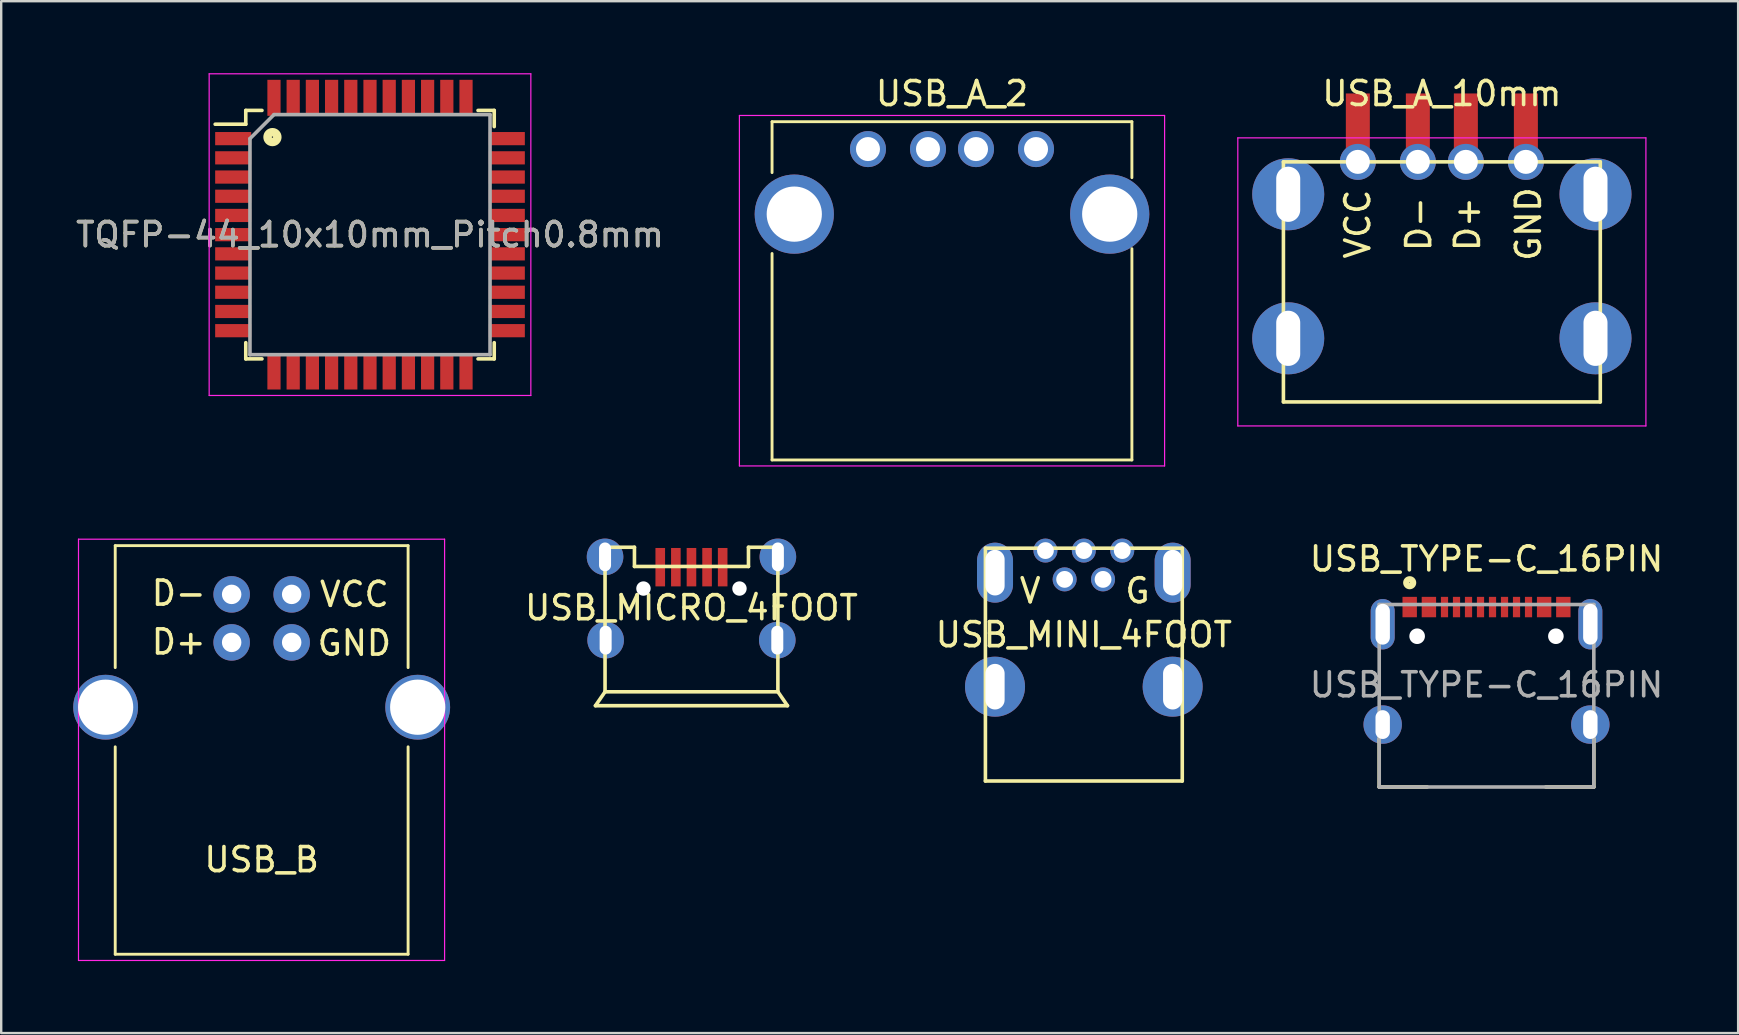
<source format=kicad_pcb>
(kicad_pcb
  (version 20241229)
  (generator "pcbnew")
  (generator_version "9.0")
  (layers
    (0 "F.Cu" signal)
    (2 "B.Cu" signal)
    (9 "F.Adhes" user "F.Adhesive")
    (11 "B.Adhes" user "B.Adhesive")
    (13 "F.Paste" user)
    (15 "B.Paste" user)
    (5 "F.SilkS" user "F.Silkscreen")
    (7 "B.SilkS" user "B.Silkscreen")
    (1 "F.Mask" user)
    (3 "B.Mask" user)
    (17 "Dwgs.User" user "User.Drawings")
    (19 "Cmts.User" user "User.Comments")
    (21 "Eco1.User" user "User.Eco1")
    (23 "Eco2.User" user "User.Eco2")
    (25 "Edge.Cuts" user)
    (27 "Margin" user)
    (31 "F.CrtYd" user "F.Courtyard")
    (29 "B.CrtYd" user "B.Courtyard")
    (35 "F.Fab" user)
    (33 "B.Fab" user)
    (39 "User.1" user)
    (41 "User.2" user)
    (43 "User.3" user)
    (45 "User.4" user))
  (footprint "USB_A_2"
    (layer "F.Cu")
    (at 36.607 3.16)
    (property "Reference" "USB_A_2" (at 0 -2.311 0) (layer "F.SilkS") (effects (font (size 1 1) (thickness 0.15))))
    (attr through_hole)
    (fp_line (start -7.496 -1.14) (end -7.496 0.98) (stroke (width 0.12) (type solid)) (layer "F.SilkS"))
    (fp_line (start -7.496 4.35) (end -7.496 12.95) (stroke (width 0.12) (type solid)) (layer "F.SilkS"))
    (fp_line (start 7.494 -1.14) (end -7.496 -1.14) (stroke (width 0.12) (type solid)) (layer "F.SilkS"))
    (fp_line (start 7.494 -1.14) (end 7.494 1.19) (stroke (width 0.12) (type solid)) (layer "F.SilkS"))
    (fp_line (start 7.494 4.15) (end 7.494 12.95) (stroke (width 0.12) (type solid)) (layer "F.SilkS"))
    (fp_line (start 7.494 12.95) (end -7.496 12.95) (stroke (width 0.12) (type solid)) (layer "F.SilkS"))
    (fp_line (start -8.856 -1.4) (end 8.856 -1.4) (stroke (width 0.05) (type solid)) (layer "F.CrtYd"))
    (fp_line (start -8.856 13.2) (end -8.856 -1.4) (stroke (width 0.05) (type solid)) (layer "F.CrtYd"))
    (fp_line (start -8.856 13.2) (end 8.856 13.2) (stroke (width 0.05) (type solid)) (layer "F.CrtYd"))
    (fp_line (start 8.856 -1.4) (end 8.856 13.2) (stroke (width 0.05) (type solid)) (layer "F.CrtYd"))
    (pad "1" thru_hole circle (at -3.5 0 270) (size 1.5 1.5) (drill 1) (layers "*.Cu" "*.Mask"))
    (pad "2" thru_hole circle (at -1 0 270) (size 1.5 1.5) (drill 1) (layers "*.Cu" "*.Mask"))
    (pad "3" thru_hole circle (at 1 0 270) (size 1.5 1.5) (drill 1) (layers "*.Cu" "*.Mask"))
    (pad "4" thru_hole circle (at 3.5 0 270) (size 1.5 1.5) (drill 1) (layers "*.Cu" "*.Mask"))
    (pad "5" thru_hole circle (at -6.57 2.71 270) (size 3.3 3.3) (drill 2.3) (layers "*.Cu" "*.Mask"))
    (pad "5" thru_hole circle (at 6.57 2.71 270) (size 3.3 3.3) (drill 2.3) (layers "*.Cu" "*.Mask")))
  (footprint "USB_MINI_4FOOT"
    (layer "F.Cu")
    (at 42.099 19.885)
    (property "Reference" "USB_MINI_4FOOT" (at 0 3.505 0) (layer "F.SilkS") (effects (font (size 1 1) (thickness 0.15))))
    (attr through_hole)
    (fp_line (start -4.1 -0.1) (end -4.1 9.6) (stroke (width 0.15) (type solid)) (layer "F.SilkS"))
    (fp_line (start -4.1 -0.1) (end 4.1 -0.1) (stroke (width 0.15) (type solid)) (layer "F.SilkS"))
    (fp_line (start -4.1 9.6) (end 4.1 9.6) (stroke (width 0.15) (type solid)) (layer "F.SilkS"))
    (fp_line (start 4.1 -0.1) (end 4.1 9.6) (stroke (width 0.15) (type solid)) (layer "F.SilkS"))
    (fp_text user "V" (at -2.235 1.676 0) (layer "F.SilkS") (effects (font (size 1 1) (thickness 0.15))))
    (fp_text user "G" (at 2.235 1.676 0) (layer "F.SilkS") (effects (font (size 1 1) (thickness 0.15))))
    (pad "1" thru_hole circle (at -1.6 0) (size 1 1) (drill 0.7) (layers "*.Cu" "*.Mask"))
    (pad "2" thru_hole circle (at -0.8 1.2) (size 1 1) (drill 0.7) (layers "*.Cu" "*.Mask"))
    (pad "3" thru_hole circle (at 0 0) (size 1 1) (drill 0.7) (layers "*.Cu" "*.Mask"))
    (pad "4" thru_hole circle (at 0.8 1.2) (size 1 1) (drill 0.7) (layers "*.Cu" "*.Mask"))
    (pad "5" thru_hole circle (at 1.6 0) (size 1 1) (drill 0.7) (layers "*.Cu" "*.Mask"))
    (pad "6" thru_hole oval (at -3.7 0.92) (size 1.5 2.5) (drill oval 0.8 1.9) (layers "*.Cu" "*.Mask"))
    (pad "6" thru_hole oval (at -3.7 5.67) (size 2.5 2.5) (drill oval 0.8 1.9) (layers "*.Cu" "*.Mask"))
    (pad "6" thru_hole oval (at 3.7 0.92) (size 1.5 2.5) (drill oval 0.8 1.9) (layers "*.Cu" "*.Mask"))
    (pad "6" thru_hole oval (at 3.7 5.67) (size 2.5 2.5) (drill oval 0.8 1.9) (layers "*.Cu" "*.Mask")))
  (footprint "USB_MICRO_4FOOT"
    (layer "F.Cu")
    (at 25.754 25.767)
    (property "Reference" "USB_MICRO_4FOOT" (at 0 -3.5 0) (layer "F.SilkS") (effects (font (size 1 1) (thickness 0.15))))
    (attr through_hole)
    (fp_line (start -4 0.58) (end 4 0.58) (stroke (width 0.15) (type solid)) (layer "F.SilkS"))
    (fp_line (start -3.6 -6.02) (end -3.6 0) (stroke (width 0.15) (type solid)) (layer "F.SilkS"))
    (fp_line (start -3.6 -6.02) (end -2.375 -6.02) (stroke (width 0.15) (type solid)) (layer "F.SilkS"))
    (fp_line (start -3.6 0) (end -4 0.58) (stroke (width 0.15) (type solid)) (layer "F.SilkS"))
    (fp_line (start -3.6 0) (end 3.6 0) (stroke (width 0.15) (type solid)) (layer "F.SilkS"))
    (fp_line (start -2.375 -6.02) (end -2.375 -5.22) (stroke (width 0.15) (type solid)) (layer "F.SilkS"))
    (fp_line (start -2.375 -5.22) (end 2.375 -5.22) (stroke (width 0.15) (type solid)) (layer "F.SilkS"))
    (fp_line (start 2.375 -6.02) (end 2.375 -5.22) (stroke (width 0.15) (type solid)) (layer "F.SilkS"))
    (fp_line (start 3.6 -6.02) (end 2.375 -6.02) (stroke (width 0.15) (type solid)) (layer "F.SilkS"))
    (fp_line (start 3.6 -6.02) (end 3.6 0) (stroke (width 0.15) (type solid)) (layer "F.SilkS"))
    (fp_line (start 3.6 0) (end 4 0.58) (stroke (width 0.15) (type solid)) (layer "F.SilkS"))
    (pad "" np_thru_hole circle (at -2 -4.3) (size 0.6 0.6) (drill 0.6) (layers "*.Cu"))
    (pad "" np_thru_hole circle (at 2 -4.3) (size 0.6 0.6) (drill 0.6) (layers "*.Cu"))
    (pad "1" smd rect (at -1.3 -5.19) (size 0.4 1.6) (layers "F.Cu" "F.Mask" "F.Paste"))
    (pad "2" smd rect (at -0.65 -5.19) (size 0.4 1.6) (layers "F.Cu" "F.Mask" "F.Paste"))
    (pad "3" smd rect (at 0 -5.19) (size 0.4 1.6) (layers "F.Cu" "F.Mask" "F.Paste"))
    (pad "4" smd rect (at 0.65 -5.19) (size 0.4 1.6) (layers "F.Cu" "F.Mask" "F.Paste"))
    (pad "5" smd rect (at 1.3 -5.19) (size 0.4 1.6) (layers "F.Cu" "F.Mask" "F.Paste"))
    (pad "6" thru_hole circle (at -3.6 -5.62) (size 1.524 1.524) (drill oval 0.5 1.2) (layers "*.Cu" "*.Mask"))
    (pad "6" thru_hole circle (at -3.575 -2.15) (size 1.524 1.524) (drill oval 0.5 1.2) (layers "*.Cu" "*.Mask"))
    (pad "6" thru_hole circle (at 3.575 -2.15) (size 1.524 1.524) (drill oval 0.5 1.2) (layers "*.Cu" "*.Mask"))
    (pad "6" thru_hole circle (at 3.6 -5.62) (size 1.524 1.524) (drill oval 0.5 1.2) (layers "*.Cu" "*.Mask")))
  (footprint "USB_B"
    (layer "F.Cu")
    (at 7.85 21.71)
    (property "Reference" "USB_B" (at 0 11.05 0) (layer "F.SilkS") (effects (font (size 1 1) (thickness 0.15))))
    (attr through_hole)
    (fp_line (start -6.1 -2.03) (end -6.1 3.05) (stroke (width 0.12) (type solid)) (layer "F.SilkS"))
    (fp_line (start -6.1 -2.03) (end 6.1 -2.03) (stroke (width 0.12) (type solid)) (layer "F.SilkS"))
    (fp_line (start -6.1 6.35) (end -6.1 14.99) (stroke (width 0.12) (type solid)) (layer "F.SilkS"))
    (fp_line (start 6.1 -2.03) (end 6.1 3.05) (stroke (width 0.12) (type solid)) (layer "F.SilkS"))
    (fp_line (start 6.1 6.35) (end 6.1 14.99) (stroke (width 0.12) (type solid)) (layer "F.SilkS"))
    (fp_line (start 6.1 14.99) (end -6.1 14.99) (stroke (width 0.12) (type solid)) (layer "F.SilkS"))
    (fp_line (start -7.63 -2.3) (end 7.62 -2.3) (stroke (width 0.05) (type solid)) (layer "F.CrtYd"))
    (fp_line (start -7.63 15.25) (end -7.63 -2.3) (stroke (width 0.05) (type solid)) (layer "F.CrtYd"))
    (fp_line (start 7.62 -2.3) (end 7.62 15.25) (stroke (width 0.05) (type solid)) (layer "F.CrtYd"))
    (fp_line (start 7.62 15.25) (end -7.63 15.25) (stroke (width 0.05) (type solid)) (layer "F.CrtYd"))
    (fp_text user "GND" (at 3.861 2.032 0) (layer "F.SilkS") (effects (font (size 1 1) (thickness 0.15))))
    (fp_text user "D+" (at -3.454 1.981 0) (layer "F.SilkS") (effects (font (size 1 1) (thickness 0.15))))
    (fp_text user "D-" (at -3.454 -0.051 0) (layer "F.SilkS") (effects (font (size 1 1) (thickness 0.15))))
    (fp_text user "VCC" (at 3.861 0 180) (layer "F.SilkS") (effects (font (size 1 1) (thickness 0.15))))
    (pad "1" thru_hole circle (at 1.25 0 180) (size 1.52 1.52) (drill 0.81) (layers "*.Cu" "*.Mask"))
    (pad "2" thru_hole circle (at -1.25 0 180) (size 1.52 1.52) (drill 0.81) (layers "*.Cu" "*.Mask"))
    (pad "3" thru_hole circle (at -1.25 2 180) (size 1.52 1.52) (drill 0.81) (layers "*.Cu" "*.Mask"))
    (pad "4" thru_hole circle (at 1.25 2 180) (size 1.52 1.52) (drill 0.81) (layers "*.Cu" "*.Mask"))
    (pad "5" thru_hole circle (at -6.5 4.7 180) (size 2.7 2.7) (drill 2.3) (layers "*.Cu" "*.Mask"))
    (pad "5" thru_hole circle (at 6.5 4.7 180) (size 2.7 2.7) (drill 2.3) (layers "*.Cu" "*.Mask")))
  (footprint "USB_A_10mm"
    (layer "F.Cu")
    (at 57.013 3.693)
    (property "Reference" "USB_A_10mm" (at 0 -2.845 0) (layer "F.SilkS") (effects (font (size 1 1) (thickness 0.15))))
    (attr through_hole)
    (fp_line (start -6.6 0) (end -6.6 10) (stroke (width 0.15) (type solid)) (layer "F.SilkS"))
    (fp_line (start -6.6 0) (end 6.6 0) (stroke (width 0.15) (type solid)) (layer "F.SilkS"))
    (fp_line (start -6.6 10) (end 6.6 10) (stroke (width 0.15) (type solid)) (layer "F.SilkS"))
    (fp_line (start 6.6 0) (end 6.6 10) (stroke (width 0.15) (type solid)) (layer "F.SilkS"))
    (fp_line (start -8.5 -1) (end 8.5 -1) (stroke (width 0.05) (type solid)) (layer "F.CrtYd"))
    (fp_line (start -8.5 11) (end -8.5 -1) (stroke (width 0.05) (type solid)) (layer "F.CrtYd"))
    (fp_line (start -8.5 11) (end 8.5 11) (stroke (width 0.05) (type solid)) (layer "F.CrtYd"))
    (fp_line (start 8.5 -1) (end 8.5 11) (stroke (width 0.05) (type solid)) (layer "F.CrtYd"))
    (fp_text user "VCC" (at -3.505 2.591 270) (layer "F.SilkS") (effects (font (size 1 1) (thickness 0.15))))
    (fp_text user "GND" (at 3.607 2.591 90) (layer "F.SilkS") (effects (font (size 1 1) (thickness 0.15))))
    (fp_text user "D-" (at -0.965 2.591 90) (layer "F.SilkS") (effects (font (size 1 1) (thickness 0.15))))
    (fp_text user "D+" (at 1.067 2.591 90) (layer "F.SilkS") (effects (font (size 1 1) (thickness 0.15))))
    (pad "1" smd rect (at -3.5 -1.35) (size 1 3) (layers "F.Cu" "F.Mask"))
    (pad "1" thru_hole circle (at -3.5 0 270) (size 1.5 1.5) (drill 1) (layers "*.Cu" "*.Mask"))
    (pad "2" smd rect (at -1 -1.35) (size 1 3) (layers "F.Cu" "F.Mask"))
    (pad "2" thru_hole circle (at -1 0 270) (size 1.5 1.5) (drill 1) (layers "*.Cu" "*.Mask"))
    (pad "3" smd rect (at 1 -1.35) (size 1 3) (layers "F.Cu" "F.Mask"))
    (pad "3" thru_hole circle (at 1 0 270) (size 1.5 1.5) (drill 1) (layers "*.Cu" "*.Mask"))
    (pad "4" smd rect (at 3.5 -1.35) (size 1 3) (layers "F.Cu" "F.Mask"))
    (pad "4" thru_hole circle (at 3.5 0 270) (size 1.5 1.5) (drill 1) (layers "*.Cu" "*.Mask"))
    (pad "5" thru_hole circle (at -6.4 1.35 270) (size 3 3) (drill oval 2.3 1) (layers "*.Cu" "*.Mask"))
    (pad "5" thru_hole circle (at -6.4 7.35 90) (size 3 3) (drill oval 2.3 1) (layers "*.Cu" "*.Mask"))
    (pad "5" thru_hole circle (at 6.4 1.35 270) (size 3 3) (drill oval 2.3 1) (layers "*.Cu" "*.Mask"))
    (pad "5" thru_hole circle (at 6.4 7.35 90) (size 3 3) (drill oval 2.3 1) (layers "*.Cu" "*.Mask")))
  (footprint "TQFP-44_10x10mm_Pitch0.8mm"
    (layer "F.Cu")
    (at 12.363 6.725)
    (property "Reference" "TQFP-44_10x10mm_Pitch0.8mm" (at 0 0 0) (layer "F.SilkS") (effects (font (size 1 1) (thickness 0.15))))
    (attr smd)
    (fp_line (start -5.175 -5.175) (end -5.175 -4.6) (stroke (width 0.15) (type solid)) (layer "F.SilkS"))
    (fp_line (start -5.175 -5.175) (end -4.5 -5.175) (stroke (width 0.15) (type solid)) (layer "F.SilkS"))
    (fp_line (start -5.175 -4.6) (end -6.45 -4.6) (stroke (width 0.15) (type solid)) (layer "F.SilkS"))
    (fp_line (start -5.175 5.175) (end -5.175 4.5) (stroke (width 0.15) (type solid)) (layer "F.SilkS"))
    (fp_line (start -5.175 5.175) (end -4.5 5.175) (stroke (width 0.15) (type solid)) (layer "F.SilkS"))
    (fp_line (start 5.175 -5.175) (end 4.5 -5.175) (stroke (width 0.15) (type solid)) (layer "F.SilkS"))
    (fp_line (start 5.175 -5.175) (end 5.175 -4.5) (stroke (width 0.15) (type solid)) (layer "F.SilkS"))
    (fp_line (start 5.175 5.175) (end 4.5 5.175) (stroke (width 0.15) (type solid)) (layer "F.SilkS"))
    (fp_line (start 5.175 5.175) (end 5.175 4.5) (stroke (width 0.15) (type solid)) (layer "F.SilkS"))
    (fp_circle (center -4.064 -4.064) (end -3.962 -4.064) (stroke (width 0.15) (type solid)) (fill no) (layer "F.SilkS"))
    (fp_circle (center -4.064 -4.064) (end -3.861 -4.064) (stroke (width 0.15) (type solid)) (fill no) (layer "F.SilkS"))
    (fp_circle (center -4.064 -4.064) (end -3.759 -4.064) (stroke (width 0.15) (type solid)) (fill no) (layer "F.SilkS"))
    (fp_line (start -6.7 -6.7) (end -6.7 6.7) (stroke (width 0.05) (type solid)) (layer "F.CrtYd"))
    (fp_line (start -6.7 -6.7) (end 6.7 -6.7) (stroke (width 0.05) (type solid)) (layer "F.CrtYd"))
    (fp_line (start -6.7 6.7) (end 6.7 6.7) (stroke (width 0.05) (type solid)) (layer "F.CrtYd"))
    (fp_line (start 6.7 -6.7) (end 6.7 6.7) (stroke (width 0.05) (type solid)) (layer "F.CrtYd"))
    (fp_line (start -5 -4) (end -4 -5) (stroke (width 0.15) (type solid)) (layer "F.Fab"))
    (fp_line (start -5 5) (end -5 -4) (stroke (width 0.15) (type solid)) (layer "F.Fab"))
    (fp_line (start -4 -5) (end 5 -5) (stroke (width 0.15) (type solid)) (layer "F.Fab"))
    (fp_line (start 5 -5) (end 5 5) (stroke (width 0.15) (type solid)) (layer "F.Fab"))
    (fp_line (start 5 5) (end -5 5) (stroke (width 0.15) (type solid)) (layer "F.Fab"))
    (fp_text user "${REFERENCE}" (at 0 0 0) (layer "F.Fab") (effects (font (size 1 1) (thickness 0.15))))
    (pad "1" smd rect (at -5.7 -4) (size 1.5 0.55) (layers "F.Cu" "F.Mask" "F.Paste"))
    (pad "2" smd rect (at -5.7 -3.2) (size 1.5 0.55) (layers "F.Cu" "F.Mask" "F.Paste"))
    (pad "3" smd rect (at -5.7 -2.4) (size 1.5 0.55) (layers "F.Cu" "F.Mask" "F.Paste"))
    (pad "4" smd rect (at -5.7 -1.6) (size 1.5 0.55) (layers "F.Cu" "F.Mask" "F.Paste"))
    (pad "5" smd rect (at -5.7 -0.8) (size 1.5 0.55) (layers "F.Cu" "F.Mask" "F.Paste"))
    (pad "6" smd rect (at -5.7 0) (size 1.5 0.55) (layers "F.Cu" "F.Mask" "F.Paste"))
    (pad "7" smd rect (at -5.7 0.8) (size 1.5 0.55) (layers "F.Cu" "F.Mask" "F.Paste"))
    (pad "8" smd rect (at -5.7 1.6) (size 1.5 0.55) (layers "F.Cu" "F.Mask" "F.Paste"))
    (pad "9" smd rect (at -5.7 2.4) (size 1.5 0.55) (layers "F.Cu" "F.Mask" "F.Paste"))
    (pad "10" smd rect (at -5.7 3.2) (size 1.5 0.55) (layers "F.Cu" "F.Mask" "F.Paste"))
    (pad "11" smd rect (at -5.7 4) (size 1.5 0.55) (layers "F.Cu" "F.Mask" "F.Paste"))
    (pad "12" smd rect (at -4 5.7 90) (size 1.5 0.55) (layers "F.Cu" "F.Mask" "F.Paste"))
    (pad "13" smd rect (at -3.2 5.7 90) (size 1.5 0.55) (layers "F.Cu" "F.Mask" "F.Paste"))
    (pad "14" smd rect (at -2.4 5.7 90) (size 1.5 0.55) (layers "F.Cu" "F.Mask" "F.Paste"))
    (pad "15" smd rect (at -1.6 5.7 90) (size 1.5 0.55) (layers "F.Cu" "F.Mask" "F.Paste"))
    (pad "16" smd rect (at -0.8 5.7 90) (size 1.5 0.55) (layers "F.Cu" "F.Mask" "F.Paste"))
    (pad "17" smd rect (at 0 5.7 90) (size 1.5 0.55) (layers "F.Cu" "F.Mask" "F.Paste"))
    (pad "18" smd rect (at 0.8 5.7 90) (size 1.5 0.55) (layers "F.Cu" "F.Mask" "F.Paste"))
    (pad "19" smd rect (at 1.6 5.7 90) (size 1.5 0.55) (layers "F.Cu" "F.Mask" "F.Paste"))
    (pad "20" smd rect (at 2.4 5.7 90) (size 1.5 0.55) (layers "F.Cu" "F.Mask" "F.Paste"))
    (pad "21" smd rect (at 3.2 5.7 90) (size 1.5 0.55) (layers "F.Cu" "F.Mask" "F.Paste"))
    (pad "22" smd rect (at 4 5.7 90) (size 1.5 0.55) (layers "F.Cu" "F.Mask" "F.Paste"))
    (pad "23" smd rect (at 5.7 4) (size 1.5 0.55) (layers "F.Cu" "F.Mask" "F.Paste"))
    (pad "24" smd rect (at 5.7 3.2) (size 1.5 0.55) (layers "F.Cu" "F.Mask" "F.Paste"))
    (pad "25" smd rect (at 5.7 2.4) (size 1.5 0.55) (layers "F.Cu" "F.Mask" "F.Paste"))
    (pad "26" smd rect (at 5.7 1.6) (size 1.5 0.55) (layers "F.Cu" "F.Mask" "F.Paste"))
    (pad "27" smd rect (at 5.7 0.8) (size 1.5 0.55) (layers "F.Cu" "F.Mask" "F.Paste"))
    (pad "28" smd rect (at 5.7 0) (size 1.5 0.55) (layers "F.Cu" "F.Mask" "F.Paste"))
    (pad "29" smd rect (at 5.7 -0.8) (size 1.5 0.55) (layers "F.Cu" "F.Mask" "F.Paste"))
    (pad "30" smd rect (at 5.7 -1.6) (size 1.5 0.55) (layers "F.Cu" "F.Mask" "F.Paste"))
    (pad "31" smd rect (at 5.7 -2.4) (size 1.5 0.55) (layers "F.Cu" "F.Mask" "F.Paste"))
    (pad "32" smd rect (at 5.7 -3.2) (size 1.5 0.55) (layers "F.Cu" "F.Mask" "F.Paste"))
    (pad "33" smd rect (at 5.7 -4) (size 1.5 0.55) (layers "F.Cu" "F.Mask" "F.Paste"))
    (pad "34" smd rect (at 4 -5.7 90) (size 1.5 0.55) (layers "F.Cu" "F.Mask" "F.Paste"))
    (pad "35" smd rect (at 3.2 -5.7 90) (size 1.5 0.55) (layers "F.Cu" "F.Mask" "F.Paste"))
    (pad "36" smd rect (at 2.4 -5.7 90) (size 1.5 0.55) (layers "F.Cu" "F.Mask" "F.Paste"))
    (pad "37" smd rect (at 1.6 -5.7 90) (size 1.5 0.55) (layers "F.Cu" "F.Mask" "F.Paste"))
    (pad "38" smd rect (at 0.8 -5.7 90) (size 1.5 0.55) (layers "F.Cu" "F.Mask" "F.Paste"))
    (pad "39" smd rect (at 0 -5.7 90) (size 1.5 0.55) (layers "F.Cu" "F.Mask" "F.Paste"))
    (pad "40" smd rect (at -0.8 -5.7 90) (size 1.5 0.55) (layers "F.Cu" "F.Mask" "F.Paste"))
    (pad "41" smd rect (at -1.6 -5.7 90) (size 1.5 0.55) (layers "F.Cu" "F.Mask" "F.Paste"))
    (pad "42" smd rect (at -2.4 -5.7 90) (size 1.5 0.55) (layers "F.Cu" "F.Mask" "F.Paste"))
    (pad "43" smd rect (at -3.2 -5.7 90) (size 1.5 0.55) (layers "F.Cu" "F.Mask" "F.Paste"))
    (pad "44" smd rect (at -4 -5.7 90) (size 1.5 0.55) (layers "F.Cu" "F.Mask" "F.Paste")))
  (footprint "USB_TYPE-C_16PIN"
    (layer "F.Cu")
    (at 58.873 29.733)
    (property "Reference" "USB_TYPE-C_16PIN" (at 0 -9.5 0) (layer "F.SilkS") (effects (font (size 1 1) (thickness 0.15))))
    (attr through_hole)
    (fp_line (start -4.47 0) (end -4.47 -2) (stroke (width 0.15) (type solid)) (layer "F.SilkS"))
    (fp_line (start -4.47 0) (end -2.47 0) (stroke (width 0.15) (type solid)) (layer "F.SilkS"))
    (fp_line (start 4.47 0) (end 2.47 0) (stroke (width 0.15) (type solid)) (layer "F.SilkS"))
    (fp_line (start 4.47 0) (end 4.47 -2) (stroke (width 0.15) (type solid)) (layer "F.SilkS"))
    (fp_circle (center -3.2 -8.509) (end -3.239 -8.509) (stroke (width 0.15) (type solid)) (fill no) (layer "F.SilkS"))
    (fp_circle (center -3.2 -8.509) (end -3.111 -8.509) (stroke (width 0.15) (type solid)) (fill no) (layer "F.SilkS"))
    (fp_circle (center -3.2 -8.509) (end -3.048 -8.382) (stroke (width 0.15) (type solid)) (fill no) (layer "F.SilkS"))
    (fp_line (start -4.47 -7.6) (end 4.47 -7.6) (stroke (width 0.15) (type solid)) (layer "F.Fab"))
    (fp_line (start -4.47 0) (end -4.47 -7.6) (stroke (width 0.15) (type solid)) (layer "F.Fab"))
    (fp_line (start -4.47 0) (end 4.47 0) (stroke (width 0.15) (type solid)) (layer "F.Fab"))
    (fp_line (start 4.47 -7.6) (end 4.47 0) (stroke (width 0.15) (type solid)) (layer "F.Fab"))
    (fp_text user "${REFERENCE}" (at 0 -4.255 0) (layer "F.Fab") (effects (font (size 1 1) (thickness 0.15))))
    (pad "" np_thru_hole oval (at -2.89 -6.28) (size 0.65 0.65) (drill 0.65) (layers "*.Cu"))
    (pad "" np_thru_hole oval (at 2.89 -6.28) (size 0.65 0.65) (drill 0.65) (layers "*.Cu"))
    (pad "0" thru_hole oval (at -4.325 -6.78) (size 1 2.1) (drill oval 0.6 1.7) (layers "*.Cu" "*.Mask"))
    (pad "0" thru_hole oval (at -4.325 -2.6) (size 1.6 1.6) (drill oval 0.6 1.2) (layers "*.Cu" "*.Mask"))
    (pad "0" thru_hole oval (at 4.325 -6.78) (size 1 2.1) (drill oval 0.6 1.7) (layers "*.Cu" "*.Mask"))
    (pad "0" thru_hole oval (at 4.325 -2.6) (size 1.6 1.6) (drill oval 0.6 1.2) (layers "*.Cu" "*.Mask"))
    (pad "1" smd rect (at -3.2 -7.495) (size 0.6 0.85) (layers "F.Cu" "F.Mask" "F.Paste"))
    (pad "2" smd rect (at -2.4 -7.495) (size 0.6 0.85) (layers "F.Cu" "F.Mask" "F.Paste"))
    (pad "3" smd rect (at -1.75 -7.495) (size 0.3 0.85) (layers "F.Cu" "F.Mask" "F.Paste"))
    (pad "4" smd rect (at -1.25 -7.495) (size 0.3 0.85) (layers "F.Cu" "F.Mask" "F.Paste"))
    (pad "5" smd rect (at -0.75 -7.495) (size 0.3 0.85) (layers "F.Cu" "F.Mask" "F.Paste"))
    (pad "6" smd rect (at -0.25 -7.495) (size 0.3 0.85) (layers "F.Cu" "F.Mask" "F.Paste"))
    (pad "7" smd rect (at 0.25 -7.495) (size 0.3 0.85) (layers "F.Cu" "F.Mask" "F.Paste"))
    (pad "8" smd rect (at 0.75 -7.495) (size 0.3 0.85) (layers "F.Cu" "F.Mask" "F.Paste"))
    (pad "9" smd rect (at 1.25 -7.495) (size 0.3 0.85) (layers "F.Cu" "F.Mask" "F.Paste"))
    (pad "10" smd rect (at 1.75 -7.495) (size 0.3 0.85) (layers "F.Cu" "F.Mask" "F.Paste"))
    (pad "11" smd rect (at 2.4 -7.495) (size 0.6 0.85) (layers "F.Cu" "F.Mask" "F.Paste"))
    (pad "12" smd rect (at 3.2 -7.495) (size 0.6 0.85) (layers "F.Cu" "F.Mask" "F.Paste")))
  (gr_rect
    (start -3 -3)
    (end 69.355 39.985)
    (stroke (width 0.1) (type default))
    (fill no)
    (layer "Edge.Cuts")))
</source>
